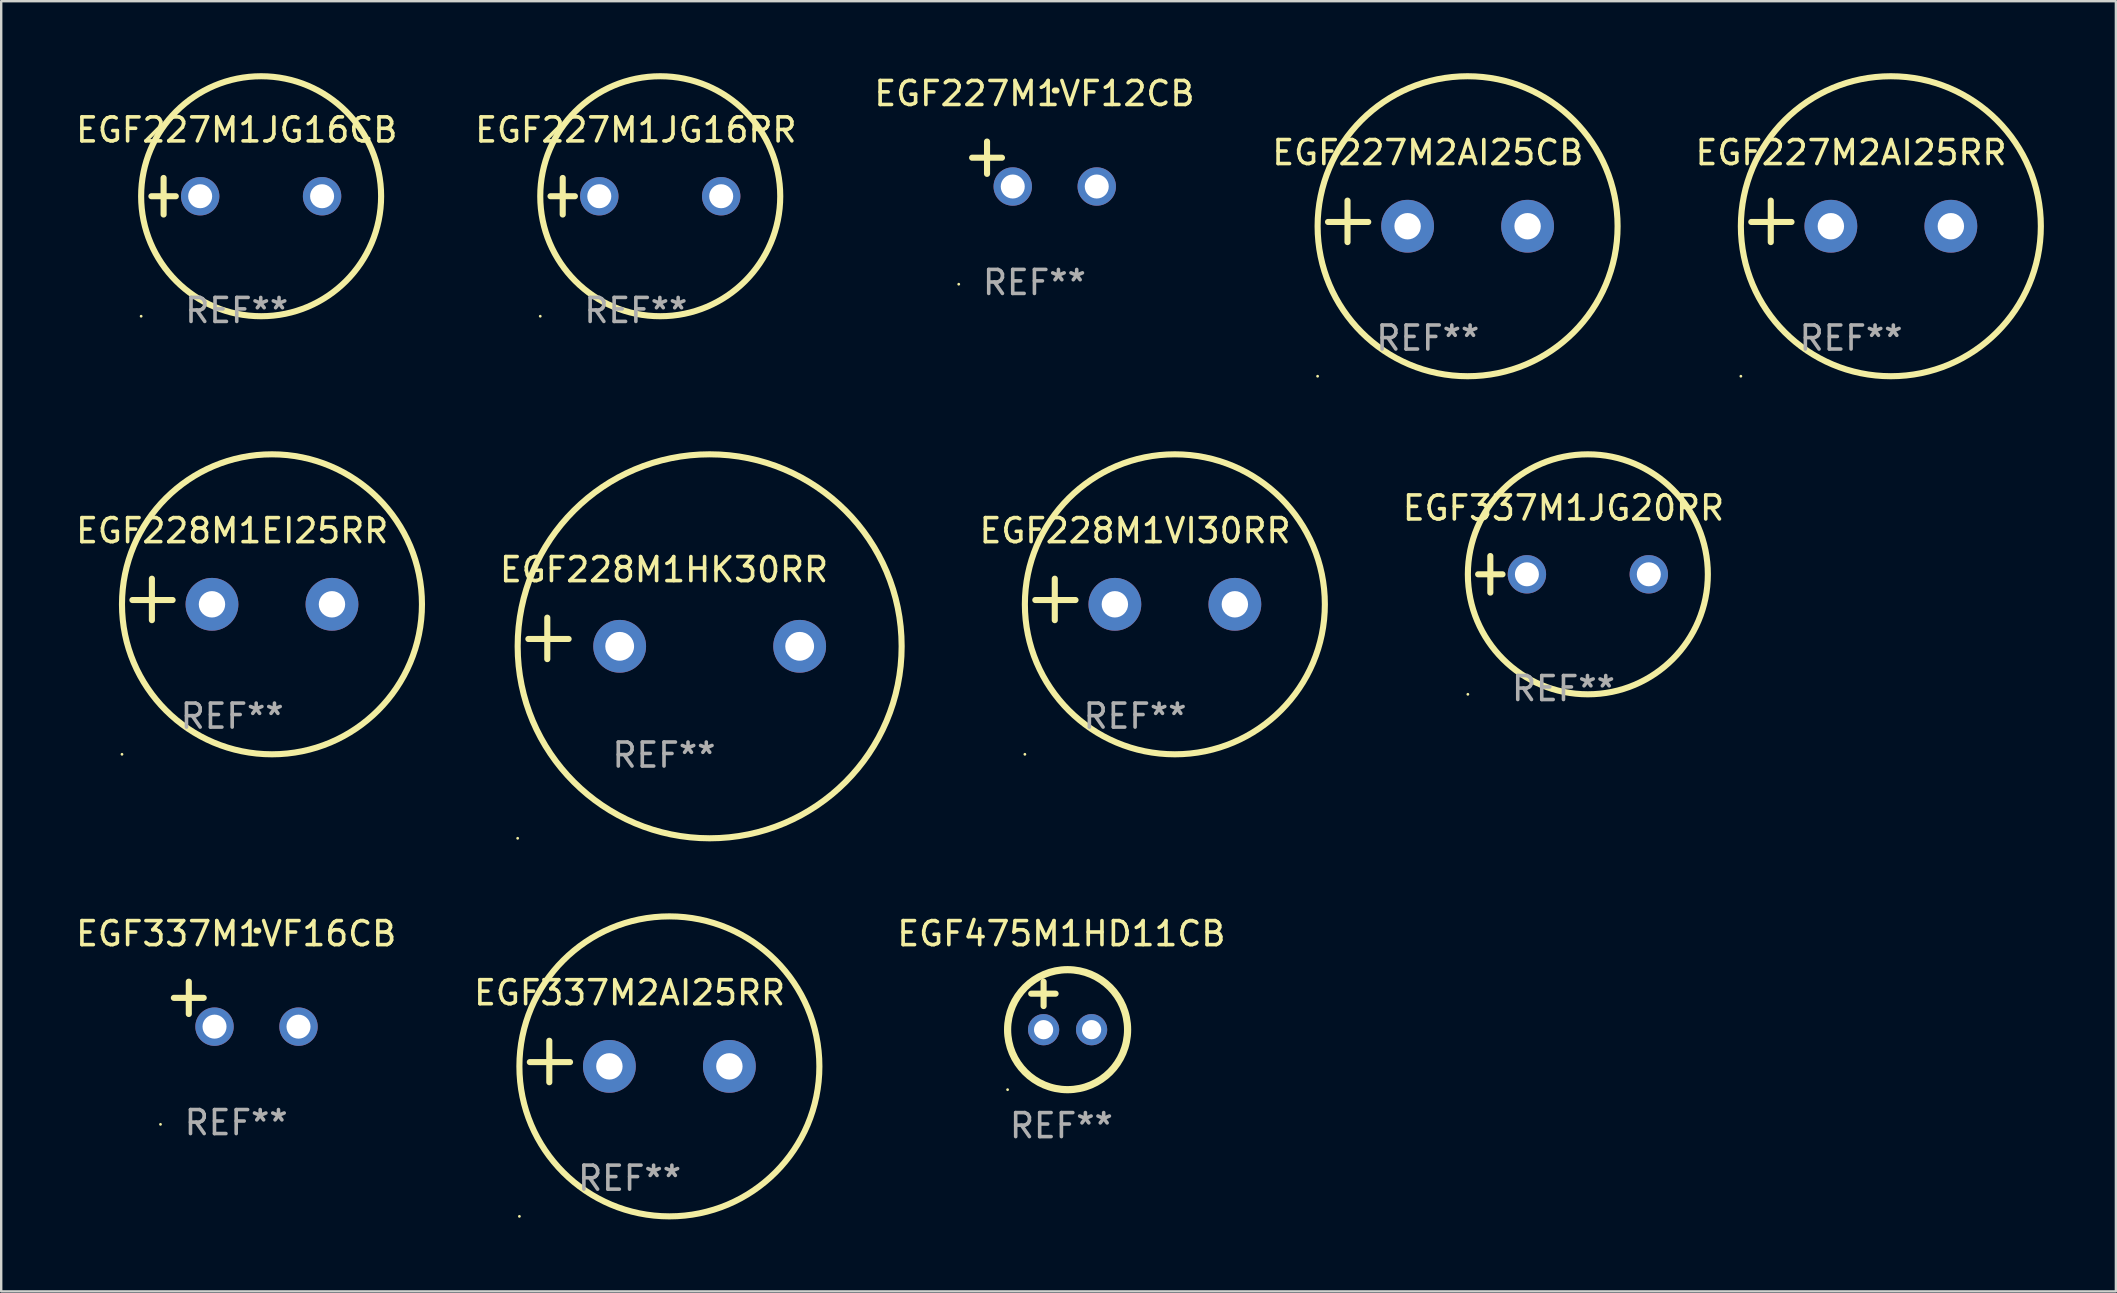
<source format=kicad_pcb>
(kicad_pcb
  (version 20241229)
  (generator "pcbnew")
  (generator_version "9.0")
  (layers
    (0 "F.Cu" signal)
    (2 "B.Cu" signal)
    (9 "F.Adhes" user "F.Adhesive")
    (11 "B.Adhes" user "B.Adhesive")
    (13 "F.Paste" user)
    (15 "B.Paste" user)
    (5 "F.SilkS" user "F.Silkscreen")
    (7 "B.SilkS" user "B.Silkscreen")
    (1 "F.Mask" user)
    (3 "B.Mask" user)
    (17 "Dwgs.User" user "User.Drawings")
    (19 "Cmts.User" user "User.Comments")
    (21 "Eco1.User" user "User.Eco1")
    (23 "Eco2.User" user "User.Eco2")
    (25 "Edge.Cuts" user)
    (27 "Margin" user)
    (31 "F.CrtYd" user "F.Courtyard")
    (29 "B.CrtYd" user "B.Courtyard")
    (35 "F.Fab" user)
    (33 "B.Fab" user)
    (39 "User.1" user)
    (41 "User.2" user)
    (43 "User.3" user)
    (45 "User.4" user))
  (footprint "EGF475M1HD11CB"
    (layer "F.Cu")
    (at 41.178 38.856)
    (property "Reference" "EGF475M1HD11CB" (at 0 -3 0) (layer "F.SilkS") (effects (font (size 1 1) (thickness 0.15))))
    (attr through_hole)
    (fp_line (start -1.258 -0.5) (end -0.242 -0.5) (stroke (width 0.254) (type solid)) (layer "F.SilkS"))
    (fp_line (start -0.742 -1) (end -0.742 0.016) (stroke (width 0.254) (type solid)) (layer "F.SilkS"))
    (fp_circle (center -2.242 3.5) (end -2.212 3.5) (stroke (width 0.06) (type solid)) (fill no) (layer "F.SilkS"))
    (fp_circle (center 0.258 1) (end 2.758 1) (stroke (width 0.3) (type solid)) (fill no) (layer "F.SilkS"))
    (fp_text user "REF**" (at 0 5 0) (layer "F.Fab") (effects (font (size 1 1) (thickness 0.15))))
    (pad "1" thru_hole circle (at -0.742 1) (size 1.3 1.3) (drill 0.8) (layers "*.Cu" "*.Mask"))
    (pad "2" thru_hole circle (at 1.258 1) (size 1.3 1.3) (drill 0.8) (layers "*.Cu" "*.Mask")))
  (footprint "EGF227M1VF12CB"
    (layer "F.Cu")
    (at 40.054 3.785)
    (property "Reference" "EGF227M1VF12CB" (at 0 -2.937 0) (layer "F.SilkS") (effects (font (size 1 1) (thickness 0.15))))
    (attr through_hole)
    (fp_line (start -1.975 0.41) (end -1.975 -0.937) (stroke (width 0.254) (type solid)) (layer "F.SilkS"))
    (fp_line (start -1.353 -0.263) (end -2.597 -0.263) (stroke (width 0.254) (type solid)) (layer "F.SilkS"))
    (fp_arc (start 0.849809 -3.063957) (mid 0.885369 -3.064114) (end 0.920929 -3.063957) (stroke (width 0.254001) (type solid)) (layer "F.SilkS"))
    (fp_circle (center -3.154 5.008) (end -3.124 5.008) (stroke (width 0.06) (type solid)) (fill no) (layer "F.SilkS"))
    (fp_text user "REF**" (at 0 4.937 0) (layer "F.Fab") (effects (font (size 1 1) (thickness 0.15))))
    (pad "1" thru_hole circle (at -0.903 0.937) (size 1.6 1.6) (drill 1) (layers "*.Cu" "*.Mask"))
    (pad "2" thru_hole circle (at 2.597 0.937) (size 1.6 1.6) (drill 1) (layers "*.Cu" "*.Mask")))
  (footprint "EGF228M1VI30RR"
    (layer "F.Cu")
    (at 44.248 21.928)
    (property "Reference" "EGF228M1VI30RR" (at 0 -2.864 0) (layer "F.SilkS") (effects (font (size 1 1) (thickness 0.15))))
    (attr through_hole)
    (fp_line (start -3.346 0.864) (end -3.346 -0.864) (stroke (width 0.254) (type solid)) (layer "F.SilkS"))
    (fp_line (start -2.482 0.025) (end -4.158 0.025) (stroke (width 0.254) (type solid)) (layer "F.SilkS"))
    (fp_circle (center -4.592 6.453) (end -4.562 6.453) (stroke (width 0.06) (type solid)) (fill no) (layer "F.SilkS"))
    (fp_circle (center 1.658 0.203) (end 7.908 0.203) (stroke (width 0.254) (type solid)) (fill no) (layer "F.SilkS"))
    (fp_text user "REF**" (at 0 4.864 0) (layer "F.Fab") (effects (font (size 1 1) (thickness 0.15))))
    (pad "1" thru_hole circle (at -0.842 0.203) (size 2.2 2.2) (drill 1.1) (layers "*.Cu" "*.Mask"))
    (pad "2" thru_hole circle (at 4.158 0.203) (size 2.2 2.2) (drill 1.1) (layers "*.Cu" "*.Mask")))
  (footprint "EGF227M2AI25RR"
    (layer "F.Cu")
    (at 74.083 6.174)
    (property "Reference" "EGF227M2AI25RR" (at 0 -2.864 0) (layer "F.SilkS") (effects (font (size 1 1) (thickness 0.15))))
    (attr through_hole)
    (fp_line (start -3.346 0.864) (end -3.346 -0.864) (stroke (width 0.254) (type solid)) (layer "F.SilkS"))
    (fp_line (start -2.482 0.025) (end -4.158 0.025) (stroke (width 0.254) (type solid)) (layer "F.SilkS"))
    (fp_circle (center -4.592 6.453) (end -4.562 6.453) (stroke (width 0.06) (type solid)) (fill no) (layer "F.SilkS"))
    (fp_circle (center 1.658 0.203) (end 7.908 0.203) (stroke (width 0.254) (type solid)) (fill no) (layer "F.SilkS"))
    (fp_text user "REF**" (at 0 4.864 0) (layer "F.Fab") (effects (font (size 1 1) (thickness 0.15))))
    (pad "1" thru_hole circle (at -0.842 0.203) (size 2.2 2.2) (drill 1.1) (layers "*.Cu" "*.Mask"))
    (pad "2" thru_hole circle (at 4.158 0.203) (size 2.2 2.2) (drill 1.1) (layers "*.Cu" "*.Mask")))
  (footprint "EGF228M1HK30RR"
    (layer "F.Cu")
    (at 24.619 23.551)
    (property "Reference" "EGF228M1HK30RR" (at 0 -2.864 0) (layer "F.SilkS") (effects (font (size 1 1) (thickness 0.15))))
    (attr through_hole)
    (fp_line (start -4.864 0.864) (end -4.864 -0.864) (stroke (width 0.254) (type solid)) (layer "F.SilkS"))
    (fp_line (start -3.975 0.025) (end -5.652 0.025) (stroke (width 0.254) (type solid)) (layer "F.SilkS"))
    (fp_circle (center -6.098 8.33) (end -6.068 8.33) (stroke (width 0.06) (type solid)) (fill no) (layer "F.SilkS"))
    (fp_circle (center 1.902 0.33) (end 9.902 0.33) (stroke (width 0.254) (type solid)) (fill no) (layer "F.SilkS"))
    (fp_text user "REF**" (at 0 4.864 0) (layer "F.Fab") (effects (font (size 1 1) (thickness 0.15))))
    (pad "1" thru_hole circle (at -1.848 0.33) (size 2.2 2.2) (drill 1.2) (layers "*.Cu" "*.Mask"))
    (pad "2" thru_hole circle (at 5.652 0.33) (size 2.2 2.2) (drill 1.2) (layers "*.Cu" "*.Mask")))
  (footprint "EGF337M2AI25RR"
    (layer "F.Cu")
    (at 23.185 41.182)
    (property "Reference" "EGF337M2AI25RR" (at 0 -2.864 0) (layer "F.SilkS") (effects (font (size 1 1) (thickness 0.15))))
    (attr through_hole)
    (fp_line (start -3.346 0.864) (end -3.346 -0.864) (stroke (width 0.254) (type solid)) (layer "F.SilkS"))
    (fp_line (start -2.482 0.025) (end -4.158 0.025) (stroke (width 0.254) (type solid)) (layer "F.SilkS"))
    (fp_circle (center -4.592 6.453) (end -4.562 6.453) (stroke (width 0.06) (type solid)) (fill no) (layer "F.SilkS"))
    (fp_circle (center 1.658 0.203) (end 7.908 0.203) (stroke (width 0.254) (type solid)) (fill no) (layer "F.SilkS"))
    (fp_text user "REF**" (at 0 4.864 0) (layer "F.Fab") (effects (font (size 1 1) (thickness 0.15))))
    (pad "1" thru_hole circle (at -0.842 0.203) (size 2.2 2.2) (drill 1.1) (layers "*.Cu" "*.Mask"))
    (pad "2" thru_hole circle (at 4.158 0.203) (size 2.2 2.2) (drill 1.1) (layers "*.Cu" "*.Mask")))
  (footprint "EGF227M1JG16CB"
    (layer "F.Cu")
    (at 6.815 5.127)
    (property "Reference" "EGF227M1JG16CB" (at 0 -2.762 0) (layer "F.SilkS") (effects (font (size 1 1) (thickness 0.15))))
    (attr through_hole)
    (fp_line (start -3.556 0) (end -2.54 0) (stroke (width 0.254) (type solid)) (layer "F.SilkS"))
    (fp_line (start -3.048 -0.762) (end -3.048 0.762) (stroke (width 0.254) (type solid)) (layer "F.SilkS"))
    (fp_circle (center -3.984 5) (end -3.954 5) (stroke (width 0.06) (type solid)) (fill no) (layer "F.SilkS"))
    (fp_circle (center 1.016 0) (end 6.016 0) (stroke (width 0.254) (type solid)) (fill no) (layer "F.SilkS"))
    (fp_text user "REF**" (at 0 4.762 0) (layer "F.Fab") (effects (font (size 1 1) (thickness 0.15))))
    (pad "1" thru_hole circle (at -1.524 0) (size 1.6 1.6) (drill 1) (layers "*.Cu" "*.Mask"))
    (pad "2" thru_hole circle (at 3.556 0) (size 1.6 1.6) (drill 1) (layers "*.Cu" "*.Mask")))
  (footprint "EGF337M1VF16CB"
    (layer "F.Cu")
    (at 6.792 38.793)
    (property "Reference" "EGF337M1VF16CB" (at 0 -2.937 0) (layer "F.SilkS") (effects (font (size 1 1) (thickness 0.15))))
    (attr through_hole)
    (fp_line (start -1.975 0.41) (end -1.975 -0.937) (stroke (width 0.254) (type solid)) (layer "F.SilkS"))
    (fp_line (start -1.353 -0.263) (end -2.597 -0.263) (stroke (width 0.254) (type solid)) (layer "F.SilkS"))
    (fp_arc (start 0.849809 -3.063957) (mid 0.885369 -3.064114) (end 0.920929 -3.063957) (stroke (width 0.254001) (type solid)) (layer "F.SilkS"))
    (fp_circle (center -3.154 5.008) (end -3.124 5.008) (stroke (width 0.06) (type solid)) (fill no) (layer "F.SilkS"))
    (fp_text user "REF**" (at 0 4.937 0) (layer "F.Fab") (effects (font (size 1 1) (thickness 0.15))))
    (pad "1" thru_hole circle (at -0.903 0.937) (size 1.6 1.6) (drill 1) (layers "*.Cu" "*.Mask"))
    (pad "2" thru_hole circle (at 2.597 0.937) (size 1.6 1.6) (drill 1) (layers "*.Cu" "*.Mask")))
  (footprint "EGF228M1EI25RR"
    (layer "F.Cu")
    (at 6.625 21.928)
    (property "Reference" "EGF228M1EI25RR" (at 0 -2.864 0) (layer "F.SilkS") (effects (font (size 1 1) (thickness 0.15))))
    (attr through_hole)
    (fp_line (start -3.346 0.864) (end -3.346 -0.864) (stroke (width 0.254) (type solid)) (layer "F.SilkS"))
    (fp_line (start -2.482 0.025) (end -4.158 0.025) (stroke (width 0.254) (type solid)) (layer "F.SilkS"))
    (fp_circle (center -4.592 6.453) (end -4.562 6.453) (stroke (width 0.06) (type solid)) (fill no) (layer "F.SilkS"))
    (fp_circle (center 1.658 0.203) (end 7.908 0.203) (stroke (width 0.254) (type solid)) (fill no) (layer "F.SilkS"))
    (fp_text user "REF**" (at 0 4.864 0) (layer "F.Fab") (effects (font (size 1 1) (thickness 0.15))))
    (pad "1" thru_hole circle (at -0.842 0.203) (size 2.2 2.2) (drill 1.1) (layers "*.Cu" "*.Mask"))
    (pad "2" thru_hole circle (at 4.158 0.203) (size 2.2 2.2) (drill 1.1) (layers "*.Cu" "*.Mask")))
  (footprint "EGF337M1JG20RR"
    (layer "F.Cu")
    (at 62.099 20.881)
    (property "Reference" "EGF337M1JG20RR" (at 0 -2.762 0) (layer "F.SilkS") (effects (font (size 1 1) (thickness 0.15))))
    (attr through_hole)
    (fp_line (start -3.556 0) (end -2.54 0) (stroke (width 0.254) (type solid)) (layer "F.SilkS"))
    (fp_line (start -3.048 -0.762) (end -3.048 0.762) (stroke (width 0.254) (type solid)) (layer "F.SilkS"))
    (fp_circle (center -3.984 5) (end -3.954 5) (stroke (width 0.06) (type solid)) (fill no) (layer "F.SilkS"))
    (fp_circle (center 1.016 0) (end 6.016 0) (stroke (width 0.254) (type solid)) (fill no) (layer "F.SilkS"))
    (fp_text user "REF**" (at 0 4.762 0) (layer "F.Fab") (effects (font (size 1 1) (thickness 0.15))))
    (pad "1" thru_hole circle (at -1.524 0) (size 1.6 1.6) (drill 1) (layers "*.Cu" "*.Mask"))
    (pad "2" thru_hole circle (at 3.556 0) (size 1.6 1.6) (drill 1) (layers "*.Cu" "*.Mask")))
  (footprint "EGF227M1JG16RR"
    (layer "F.Cu")
    (at 23.446 5.127)
    (property "Reference" "EGF227M1JG16RR" (at 0 -2.762 0) (layer "F.SilkS") (effects (font (size 1 1) (thickness 0.15))))
    (attr through_hole)
    (fp_line (start -3.556 0) (end -2.54 0) (stroke (width 0.254) (type solid)) (layer "F.SilkS"))
    (fp_line (start -3.048 -0.762) (end -3.048 0.762) (stroke (width 0.254) (type solid)) (layer "F.SilkS"))
    (fp_circle (center -3.984 5) (end -3.954 5) (stroke (width 0.06) (type solid)) (fill no) (layer "F.SilkS"))
    (fp_circle (center 1.016 0) (end 6.016 0) (stroke (width 0.254) (type solid)) (fill no) (layer "F.SilkS"))
    (fp_text user "REF**" (at 0 4.762 0) (layer "F.Fab") (effects (font (size 1 1) (thickness 0.15))))
    (pad "1" thru_hole circle (at -1.524 0) (size 1.6 1.6) (drill 1) (layers "*.Cu" "*.Mask"))
    (pad "2" thru_hole circle (at 3.556 0) (size 1.6 1.6) (drill 1) (layers "*.Cu" "*.Mask")))
  (footprint "EGF227M2AI25CB"
    (layer "F.Cu")
    (at 56.446 6.174)
    (property "Reference" "EGF227M2AI25CB" (at 0 -2.864 0) (layer "F.SilkS") (effects (font (size 1 1) (thickness 0.15))))
    (attr through_hole)
    (fp_line (start -3.346 0.864) (end -3.346 -0.864) (stroke (width 0.254) (type solid)) (layer "F.SilkS"))
    (fp_line (start -2.482 0.025) (end -4.158 0.025) (stroke (width 0.254) (type solid)) (layer "F.SilkS"))
    (fp_circle (center -4.592 6.453) (end -4.562 6.453) (stroke (width 0.06) (type solid)) (fill no) (layer "F.SilkS"))
    (fp_circle (center 1.658 0.203) (end 7.908 0.203) (stroke (width 0.254) (type solid)) (fill no) (layer "F.SilkS"))
    (fp_text user "REF**" (at 0 4.864 0) (layer "F.Fab") (effects (font (size 1 1) (thickness 0.15))))
    (pad "1" thru_hole circle (at -0.842 0.203) (size 2.2 2.2) (drill 1.1) (layers "*.Cu" "*.Mask"))
    (pad "2" thru_hole circle (at 4.158 0.203) (size 2.2 2.2) (drill 1.1) (layers "*.Cu" "*.Mask")))
  (gr_rect
    (start -3 -3)
    (end 85.118 50.762)
    (stroke (width 0.1) (type default))
    (fill no)
    (layer "Edge.Cuts")))
</source>
